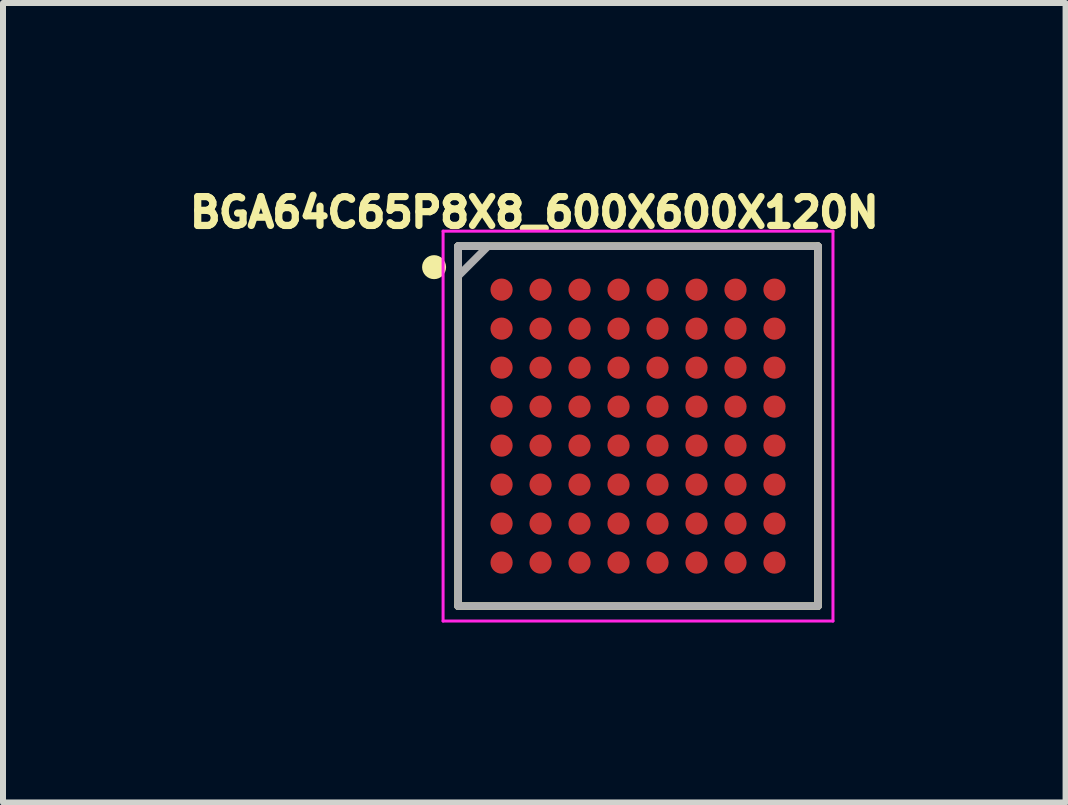
<source format=kicad_pcb>
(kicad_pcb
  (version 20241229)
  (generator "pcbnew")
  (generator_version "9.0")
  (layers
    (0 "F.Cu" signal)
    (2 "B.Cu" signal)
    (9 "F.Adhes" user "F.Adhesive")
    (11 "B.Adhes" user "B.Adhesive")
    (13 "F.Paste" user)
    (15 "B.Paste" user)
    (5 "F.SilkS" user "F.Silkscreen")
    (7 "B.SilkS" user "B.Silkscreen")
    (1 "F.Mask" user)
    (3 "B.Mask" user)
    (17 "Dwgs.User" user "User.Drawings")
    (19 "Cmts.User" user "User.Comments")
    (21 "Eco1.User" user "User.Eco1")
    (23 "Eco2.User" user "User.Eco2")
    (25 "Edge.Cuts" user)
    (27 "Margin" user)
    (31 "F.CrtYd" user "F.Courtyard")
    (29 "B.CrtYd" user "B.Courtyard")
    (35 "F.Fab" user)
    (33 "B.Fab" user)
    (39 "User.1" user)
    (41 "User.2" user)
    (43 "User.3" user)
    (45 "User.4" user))
  (footprint "BGA64C65P8X8_600X600X120N"
    (layer "F.Cu")
    (at 7.587 4.054)
    (property "Reference" "BGA64C65P8X8_600X600X120N" (at -1.729 -3.562 0) (layer "F.SilkS") (effects (font (size 0.481 0.481) (thickness 0.15))))
    (attr smd)
    (fp_line (start -3 -3) (end 3 -3) (stroke (width 0.127) (type solid)) (layer "F.SilkS"))
    (fp_line (start -3 3) (end -3 -3) (stroke (width 0.127) (type solid)) (layer "F.SilkS"))
    (fp_line (start 3 -3) (end 3 3) (stroke (width 0.127) (type solid)) (layer "F.SilkS"))
    (fp_line (start 3 3) (end -3 3) (stroke (width 0.127) (type solid)) (layer "F.SilkS"))
    (fp_circle (center -3.4 -2.65) (end -3.3 -2.65) (stroke (width 0.2) (type solid)) (fill no) (layer "F.SilkS"))
    (fp_line (start -3.25 -3.25) (end 3.25 -3.25) (stroke (width 0.05) (type solid)) (layer "F.CrtYd"))
    (fp_line (start -3.25 3.25) (end -3.25 -3.25) (stroke (width 0.05) (type solid)) (layer "F.CrtYd"))
    (fp_line (start 3.25 -3.25) (end 3.25 3.25) (stroke (width 0.05) (type solid)) (layer "F.CrtYd"))
    (fp_line (start 3.25 3.25) (end -3.25 3.25) (stroke (width 0.05) (type solid)) (layer "F.CrtYd"))
    (fp_line (start -3 -3) (end 3 -3) (stroke (width 0.127) (type solid)) (layer "F.Fab"))
    (fp_line (start -3 3) (end -3 -3) (stroke (width 0.127) (type solid)) (layer "F.Fab"))
    (fp_line (start 3 -3) (end 3 3) (stroke (width 0.127) (type solid)) (layer "F.Fab"))
    (fp_line (start 3 3) (end -3 3) (stroke (width 0.127) (type solid)) (layer "F.Fab"))
    (fp_poly (pts (xy -3 -2.5) (xy -2.5 -3) (xy -3 -3)) (stroke (width 0.127) (type solid)) (fill no) (layer "F.Fab"))
    (pad "A1" smd circle (at -2.275 -2.275) (size 0.37 0.37) (layers "F.Cu" "F.Mask" "F.Paste"))
    (pad "A2" smd circle (at -1.625 -2.275) (size 0.37 0.37) (layers "F.Cu" "F.Mask" "F.Paste"))
    (pad "A3" smd circle (at -0.975 -2.275) (size 0.37 0.37) (layers "F.Cu" "F.Mask" "F.Paste"))
    (pad "A4" smd circle (at -0.325 -2.275) (size 0.37 0.37) (layers "F.Cu" "F.Mask" "F.Paste"))
    (pad "A5" smd circle (at 0.325 -2.275) (size 0.37 0.37) (layers "F.Cu" "F.Mask" "F.Paste"))
    (pad "A6" smd circle (at 0.975 -2.275) (size 0.37 0.37) (layers "F.Cu" "F.Mask" "F.Paste"))
    (pad "A7" smd circle (at 1.625 -2.275) (size 0.37 0.37) (layers "F.Cu" "F.Mask" "F.Paste"))
    (pad "A8" smd circle (at 2.275 -2.275) (size 0.37 0.37) (layers "F.Cu" "F.Mask" "F.Paste"))
    (pad "B1" smd circle (at -2.275 -1.625) (size 0.37 0.37) (layers "F.Cu" "F.Mask" "F.Paste"))
    (pad "B2" smd circle (at -1.625 -1.625) (size 0.37 0.37) (layers "F.Cu" "F.Mask" "F.Paste"))
    (pad "B3" smd circle (at -0.975 -1.625) (size 0.37 0.37) (layers "F.Cu" "F.Mask" "F.Paste"))
    (pad "B4" smd circle (at -0.325 -1.625) (size 0.37 0.37) (layers "F.Cu" "F.Mask" "F.Paste"))
    (pad "B5" smd circle (at 0.325 -1.625) (size 0.37 0.37) (layers "F.Cu" "F.Mask" "F.Paste"))
    (pad "B6" smd circle (at 0.975 -1.625) (size 0.37 0.37) (layers "F.Cu" "F.Mask" "F.Paste"))
    (pad "B7" smd circle (at 1.625 -1.625) (size 0.37 0.37) (layers "F.Cu" "F.Mask" "F.Paste"))
    (pad "B8" smd circle (at 2.275 -1.625) (size 0.37 0.37) (layers "F.Cu" "F.Mask" "F.Paste"))
    (pad "C1" smd circle (at -2.275 -0.975) (size 0.37 0.37) (layers "F.Cu" "F.Mask" "F.Paste"))
    (pad "C2" smd circle (at -1.625 -0.975) (size 0.37 0.37) (layers "F.Cu" "F.Mask" "F.Paste"))
    (pad "C3" smd circle (at -0.975 -0.975) (size 0.37 0.37) (layers "F.Cu" "F.Mask" "F.Paste"))
    (pad "C4" smd circle (at -0.325 -0.975) (size 0.37 0.37) (layers "F.Cu" "F.Mask" "F.Paste"))
    (pad "C5" smd circle (at 0.325 -0.975) (size 0.37 0.37) (layers "F.Cu" "F.Mask" "F.Paste"))
    (pad "C6" smd circle (at 0.975 -0.975) (size 0.37 0.37) (layers "F.Cu" "F.Mask" "F.Paste"))
    (pad "C7" smd circle (at 1.625 -0.975) (size 0.37 0.37) (layers "F.Cu" "F.Mask" "F.Paste"))
    (pad "C8" smd circle (at 2.275 -0.975) (size 0.37 0.37) (layers "F.Cu" "F.Mask" "F.Paste"))
    (pad "D1" smd circle (at -2.275 -0.325) (size 0.37 0.37) (layers "F.Cu" "F.Mask" "F.Paste"))
    (pad "D2" smd circle (at -1.625 -0.325) (size 0.37 0.37) (layers "F.Cu" "F.Mask" "F.Paste"))
    (pad "D3" smd circle (at -0.975 -0.325) (size 0.37 0.37) (layers "F.Cu" "F.Mask" "F.Paste"))
    (pad "D4" smd circle (at -0.325 -0.325) (size 0.37 0.37) (layers "F.Cu" "F.Mask" "F.Paste"))
    (pad "D5" smd circle (at 0.325 -0.325) (size 0.37 0.37) (layers "F.Cu" "F.Mask" "F.Paste"))
    (pad "D6" smd circle (at 0.975 -0.325) (size 0.37 0.37) (layers "F.Cu" "F.Mask" "F.Paste"))
    (pad "D7" smd circle (at 1.625 -0.325) (size 0.37 0.37) (layers "F.Cu" "F.Mask" "F.Paste"))
    (pad "D8" smd circle (at 2.275 -0.325) (size 0.37 0.37) (layers "F.Cu" "F.Mask" "F.Paste"))
    (pad "E1" smd circle (at -2.275 0.325) (size 0.37 0.37) (layers "F.Cu" "F.Mask" "F.Paste"))
    (pad "E2" smd circle (at -1.625 0.325) (size 0.37 0.37) (layers "F.Cu" "F.Mask" "F.Paste"))
    (pad "E3" smd circle (at -0.975 0.325) (size 0.37 0.37) (layers "F.Cu" "F.Mask" "F.Paste"))
    (pad "E4" smd circle (at -0.325 0.325) (size 0.37 0.37) (layers "F.Cu" "F.Mask" "F.Paste"))
    (pad "E5" smd circle (at 0.325 0.325) (size 0.37 0.37) (layers "F.Cu" "F.Mask" "F.Paste"))
    (pad "E6" smd circle (at 0.975 0.325) (size 0.37 0.37) (layers "F.Cu" "F.Mask" "F.Paste"))
    (pad "E7" smd circle (at 1.625 0.325) (size 0.37 0.37) (layers "F.Cu" "F.Mask" "F.Paste"))
    (pad "E8" smd circle (at 2.275 0.325) (size 0.37 0.37) (layers "F.Cu" "F.Mask" "F.Paste"))
    (pad "F1" smd circle (at -2.275 0.975) (size 0.37 0.37) (layers "F.Cu" "F.Mask" "F.Paste"))
    (pad "F2" smd circle (at -1.625 0.975) (size 0.37 0.37) (layers "F.Cu" "F.Mask" "F.Paste"))
    (pad "F3" smd circle (at -0.975 0.975) (size 0.37 0.37) (layers "F.Cu" "F.Mask" "F.Paste"))
    (pad "F4" smd circle (at -0.325 0.975) (size 0.37 0.37) (layers "F.Cu" "F.Mask" "F.Paste"))
    (pad "F5" smd circle (at 0.325 0.975) (size 0.37 0.37) (layers "F.Cu" "F.Mask" "F.Paste"))
    (pad "F6" smd circle (at 0.975 0.975) (size 0.37 0.37) (layers "F.Cu" "F.Mask" "F.Paste"))
    (pad "F7" smd circle (at 1.625 0.975) (size 0.37 0.37) (layers "F.Cu" "F.Mask" "F.Paste"))
    (pad "F8" smd circle (at 2.275 0.975) (size 0.37 0.37) (layers "F.Cu" "F.Mask" "F.Paste"))
    (pad "G1" smd circle (at -2.275 1.625) (size 0.37 0.37) (layers "F.Cu" "F.Mask" "F.Paste"))
    (pad "G2" smd circle (at -1.625 1.625) (size 0.37 0.37) (layers "F.Cu" "F.Mask" "F.Paste"))
    (pad "G3" smd circle (at -0.975 1.625) (size 0.37 0.37) (layers "F.Cu" "F.Mask" "F.Paste"))
    (pad "G4" smd circle (at -0.325 1.625) (size 0.37 0.37) (layers "F.Cu" "F.Mask" "F.Paste"))
    (pad "G5" smd circle (at 0.325 1.625) (size 0.37 0.37) (layers "F.Cu" "F.Mask" "F.Paste"))
    (pad "G6" smd circle (at 0.975 1.625) (size 0.37 0.37) (layers "F.Cu" "F.Mask" "F.Paste"))
    (pad "G7" smd circle (at 1.625 1.625) (size 0.37 0.37) (layers "F.Cu" "F.Mask" "F.Paste"))
    (pad "G8" smd circle (at 2.275 1.625) (size 0.37 0.37) (layers "F.Cu" "F.Mask" "F.Paste"))
    (pad "H1" smd circle (at -2.275 2.275) (size 0.37 0.37) (layers "F.Cu" "F.Mask" "F.Paste"))
    (pad "H2" smd circle (at -1.625 2.275) (size 0.37 0.37) (layers "F.Cu" "F.Mask" "F.Paste"))
    (pad "H3" smd circle (at -0.975 2.275) (size 0.37 0.37) (layers "F.Cu" "F.Mask" "F.Paste"))
    (pad "H4" smd circle (at -0.325 2.275) (size 0.37 0.37) (layers "F.Cu" "F.Mask" "F.Paste"))
    (pad "H5" smd circle (at 0.325 2.275) (size 0.37 0.37) (layers "F.Cu" "F.Mask" "F.Paste"))
    (pad "H6" smd circle (at 0.975 2.275) (size 0.37 0.37) (layers "F.Cu" "F.Mask" "F.Paste"))
    (pad "H7" smd circle (at 1.625 2.275) (size 0.37 0.37) (layers "F.Cu" "F.Mask" "F.Paste"))
    (pad "H8" smd circle (at 2.275 2.275) (size 0.37 0.37) (layers "F.Cu" "F.Mask" "F.Paste")))
  (gr_rect
    (start -3 -3)
    (end 14.715 10.329)
    (stroke (width 0.1) (type default))
    (fill no)
    (layer "Edge.Cuts")))
</source>
